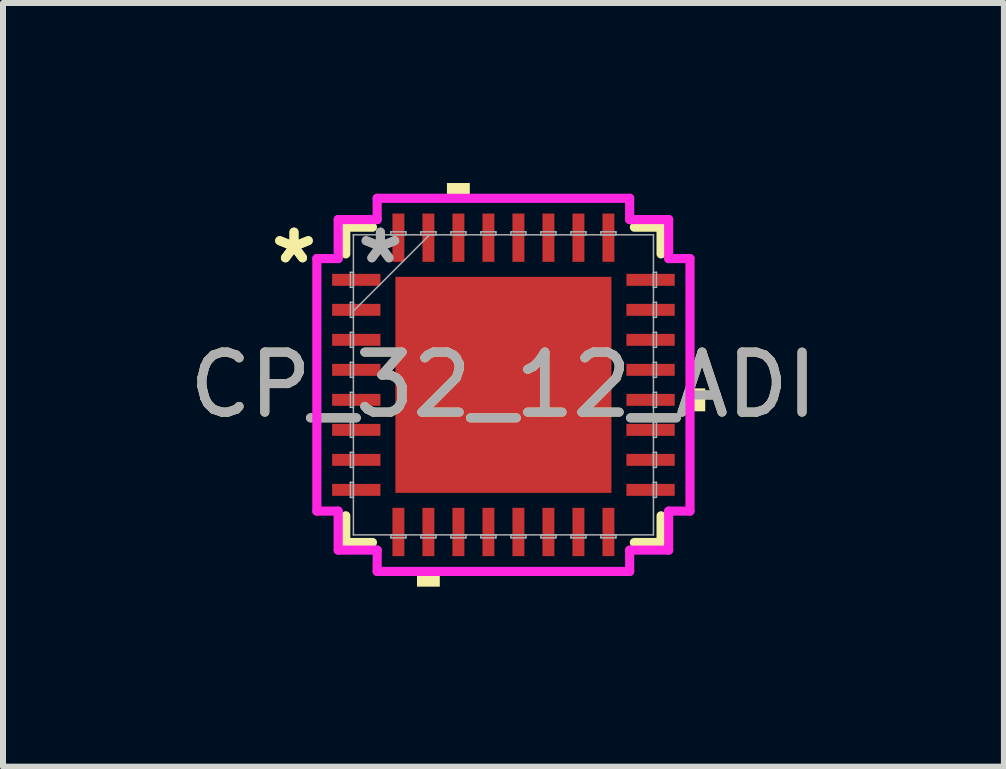
<source format=kicad_pcb>
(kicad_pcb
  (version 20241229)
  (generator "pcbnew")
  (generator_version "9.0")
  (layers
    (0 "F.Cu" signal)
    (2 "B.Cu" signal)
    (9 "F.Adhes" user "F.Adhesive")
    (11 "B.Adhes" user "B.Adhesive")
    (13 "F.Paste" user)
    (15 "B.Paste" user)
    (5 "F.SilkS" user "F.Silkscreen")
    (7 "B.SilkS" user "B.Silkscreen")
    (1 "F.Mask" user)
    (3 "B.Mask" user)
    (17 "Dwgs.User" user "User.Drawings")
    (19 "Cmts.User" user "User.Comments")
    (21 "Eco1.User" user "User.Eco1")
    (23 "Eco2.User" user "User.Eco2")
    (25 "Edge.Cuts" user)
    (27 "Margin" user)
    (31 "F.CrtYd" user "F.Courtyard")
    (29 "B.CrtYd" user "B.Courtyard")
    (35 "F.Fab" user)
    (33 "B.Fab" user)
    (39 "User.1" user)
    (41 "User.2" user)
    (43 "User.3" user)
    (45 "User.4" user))
  (footprint "CP_32_12_ADI"
    (layer "F.Cu")
    (at 5.339 3.363)
    (property "Reference" "CP_32_12_ADI" (at 0 0 0) (unlocked yes) (layer "F.SilkS") (effects (font (size 1 1) (thickness 0.15))))
    (attr smd)
    (fp_line (start -2.627 -2.627) (end -2.627 -2.182) (stroke (width 0.152) (type solid)) (layer "F.SilkS"))
    (fp_line (start -2.627 2.182) (end -2.627 2.627) (stroke (width 0.152) (type solid)) (layer "F.SilkS"))
    (fp_line (start -2.627 2.627) (end -2.182 2.627) (stroke (width 0.152) (type solid)) (layer "F.SilkS"))
    (fp_line (start -2.182 -2.627) (end -2.627 -2.627) (stroke (width 0.152) (type solid)) (layer "F.SilkS"))
    (fp_line (start 2.182 2.627) (end 2.627 2.627) (stroke (width 0.152) (type solid)) (layer "F.SilkS"))
    (fp_line (start 2.627 -2.627) (end 2.182 -2.627) (stroke (width 0.152) (type solid)) (layer "F.SilkS"))
    (fp_line (start 2.627 -2.182) (end 2.627 -2.627) (stroke (width 0.152) (type solid)) (layer "F.SilkS"))
    (fp_line (start 2.627 2.627) (end 2.627 2.182) (stroke (width 0.152) (type solid)) (layer "F.SilkS"))
    (fp_poly (pts (xy -1.44 3.109) (xy -1.44 3.363) (xy -1.06 3.363) (xy -1.06 3.109)) (stroke (width 0) (type solid)) (fill yes) (layer "F.SilkS"))
    (fp_poly (pts (xy -0.941 -3.109) (xy -0.941 -3.363) (xy -0.56 -3.363) (xy -0.56 -3.109)) (stroke (width 0) (type solid)) (fill yes) (layer "F.SilkS"))
    (fp_poly (pts (xy 3.363 0.059) (xy 3.363 0.441) (xy 3.109 0.441) (xy 3.109 0.059)) (stroke (width 0) (type solid)) (fill yes) (layer "F.SilkS"))
    (fp_poly (pts (xy -1.7 -1.7) (xy -1.7 -0.1) (xy -0.1 -0.1) (xy -0.1 -1.7)) (stroke (width 0) (type solid)) (fill yes) (layer "F.Paste"))
    (fp_poly (pts (xy -1.7 0.1) (xy -1.7 1.7) (xy -0.1 1.7) (xy -0.1 0.1)) (stroke (width 0) (type solid)) (fill yes) (layer "F.Paste"))
    (fp_poly (pts (xy 0.1 -1.7) (xy 0.1 -0.1) (xy 1.7 -0.1) (xy 1.7 -1.7)) (stroke (width 0) (type solid)) (fill yes) (layer "F.Paste"))
    (fp_poly (pts (xy 0.1 0.1) (xy 0.1 1.7) (xy 1.7 1.7) (xy 1.7 0.1)) (stroke (width 0) (type solid)) (fill yes) (layer "F.Paste"))
    (fp_line (start -3.109 -2.104) (end -2.754 -2.104) (stroke (width 0.152) (type solid)) (layer "F.CrtYd"))
    (fp_line (start -3.109 2.104) (end -3.109 -2.104) (stroke (width 0.152) (type solid)) (layer "F.CrtYd"))
    (fp_line (start -2.754 -2.754) (end -2.104 -2.754) (stroke (width 0.152) (type solid)) (layer "F.CrtYd"))
    (fp_line (start -2.754 -2.104) (end -2.754 -2.754) (stroke (width 0.152) (type solid)) (layer "F.CrtYd"))
    (fp_line (start -2.754 2.104) (end -3.109 2.104) (stroke (width 0.152) (type solid)) (layer "F.CrtYd"))
    (fp_line (start -2.754 2.754) (end -2.754 2.104) (stroke (width 0.152) (type solid)) (layer "F.CrtYd"))
    (fp_line (start -2.104 -3.109) (end 2.104 -3.109) (stroke (width 0.152) (type solid)) (layer "F.CrtYd"))
    (fp_line (start -2.104 -2.754) (end -2.104 -3.109) (stroke (width 0.152) (type solid)) (layer "F.CrtYd"))
    (fp_line (start -2.104 2.754) (end -2.754 2.754) (stroke (width 0.152) (type solid)) (layer "F.CrtYd"))
    (fp_line (start -2.104 3.109) (end -2.104 2.754) (stroke (width 0.152) (type solid)) (layer "F.CrtYd"))
    (fp_line (start 2.104 -3.109) (end 2.104 -2.754) (stroke (width 0.152) (type solid)) (layer "F.CrtYd"))
    (fp_line (start 2.104 -2.754) (end 2.754 -2.754) (stroke (width 0.152) (type solid)) (layer "F.CrtYd"))
    (fp_line (start 2.104 2.754) (end 2.104 3.109) (stroke (width 0.152) (type solid)) (layer "F.CrtYd"))
    (fp_line (start 2.104 3.109) (end -2.104 3.109) (stroke (width 0.152) (type solid)) (layer "F.CrtYd"))
    (fp_line (start 2.754 -2.754) (end 2.754 -2.104) (stroke (width 0.152) (type solid)) (layer "F.CrtYd"))
    (fp_line (start 2.754 -2.104) (end 3.109 -2.104) (stroke (width 0.152) (type solid)) (layer "F.CrtYd"))
    (fp_line (start 2.754 2.104) (end 2.754 2.754) (stroke (width 0.152) (type solid)) (layer "F.CrtYd"))
    (fp_line (start 2.754 2.754) (end 2.104 2.754) (stroke (width 0.152) (type solid)) (layer "F.CrtYd"))
    (fp_line (start 3.109 -2.104) (end 3.109 2.104) (stroke (width 0.152) (type solid)) (layer "F.CrtYd"))
    (fp_line (start 3.109 2.104) (end 2.754 2.104) (stroke (width 0.152) (type solid)) (layer "F.CrtYd"))
    (fp_line (start -2.55 -1.875) (end -2.55 -1.625) (stroke (width 0.025) (type solid)) (layer "F.Fab"))
    (fp_line (start -2.55 -1.625) (end -2.5 -1.625) (stroke (width 0.025) (type solid)) (layer "F.Fab"))
    (fp_line (start -2.55 -1.375) (end -2.55 -1.125) (stroke (width 0.025) (type solid)) (layer "F.Fab"))
    (fp_line (start -2.55 -1.125) (end -2.5 -1.125) (stroke (width 0.025) (type solid)) (layer "F.Fab"))
    (fp_line (start -2.55 -0.875) (end -2.55 -0.625) (stroke (width 0.025) (type solid)) (layer "F.Fab"))
    (fp_line (start -2.55 -0.625) (end -2.5 -0.625) (stroke (width 0.025) (type solid)) (layer "F.Fab"))
    (fp_line (start -2.55 -0.375) (end -2.55 -0.125) (stroke (width 0.025) (type solid)) (layer "F.Fab"))
    (fp_line (start -2.55 -0.125) (end -2.5 -0.125) (stroke (width 0.025) (type solid)) (layer "F.Fab"))
    (fp_line (start -2.55 0.125) (end -2.55 0.375) (stroke (width 0.025) (type solid)) (layer "F.Fab"))
    (fp_line (start -2.55 0.375) (end -2.5 0.375) (stroke (width 0.025) (type solid)) (layer "F.Fab"))
    (fp_line (start -2.55 0.625) (end -2.55 0.875) (stroke (width 0.025) (type solid)) (layer "F.Fab"))
    (fp_line (start -2.55 0.875) (end -2.5 0.875) (stroke (width 0.025) (type solid)) (layer "F.Fab"))
    (fp_line (start -2.55 1.125) (end -2.55 1.375) (stroke (width 0.025) (type solid)) (layer "F.Fab"))
    (fp_line (start -2.55 1.375) (end -2.5 1.375) (stroke (width 0.025) (type solid)) (layer "F.Fab"))
    (fp_line (start -2.55 1.625) (end -2.55 1.875) (stroke (width 0.025) (type solid)) (layer "F.Fab"))
    (fp_line (start -2.55 1.875) (end -2.5 1.875) (stroke (width 0.025) (type solid)) (layer "F.Fab"))
    (fp_line (start -2.5 -2.5) (end -2.5 -2.5) (stroke (width 0.025) (type solid)) (layer "F.Fab"))
    (fp_line (start -2.5 -2.5) (end -2.5 2.5) (stroke (width 0.025) (type solid)) (layer "F.Fab"))
    (fp_line (start -2.5 -1.875) (end -2.55 -1.875) (stroke (width 0.025) (type solid)) (layer "F.Fab"))
    (fp_line (start -2.5 -1.625) (end -2.5 -1.875) (stroke (width 0.025) (type solid)) (layer "F.Fab"))
    (fp_line (start -2.5 -1.375) (end -2.55 -1.375) (stroke (width 0.025) (type solid)) (layer "F.Fab"))
    (fp_line (start -2.5 -1.23) (end -1.23 -2.5) (stroke (width 0.025) (type solid)) (layer "F.Fab"))
    (fp_line (start -2.5 -1.125) (end -2.5 -1.375) (stroke (width 0.025) (type solid)) (layer "F.Fab"))
    (fp_line (start -2.5 -0.875) (end -2.55 -0.875) (stroke (width 0.025) (type solid)) (layer "F.Fab"))
    (fp_line (start -2.5 -0.625) (end -2.5 -0.875) (stroke (width 0.025) (type solid)) (layer "F.Fab"))
    (fp_line (start -2.5 -0.375) (end -2.55 -0.375) (stroke (width 0.025) (type solid)) (layer "F.Fab"))
    (fp_line (start -2.5 -0.125) (end -2.5 -0.375) (stroke (width 0.025) (type solid)) (layer "F.Fab"))
    (fp_line (start -2.5 0.125) (end -2.55 0.125) (stroke (width 0.025) (type solid)) (layer "F.Fab"))
    (fp_line (start -2.5 0.375) (end -2.5 0.125) (stroke (width 0.025) (type solid)) (layer "F.Fab"))
    (fp_line (start -2.5 0.625) (end -2.55 0.625) (stroke (width 0.025) (type solid)) (layer "F.Fab"))
    (fp_line (start -2.5 0.875) (end -2.5 0.625) (stroke (width 0.025) (type solid)) (layer "F.Fab"))
    (fp_line (start -2.5 1.125) (end -2.55 1.125) (stroke (width 0.025) (type solid)) (layer "F.Fab"))
    (fp_line (start -2.5 1.375) (end -2.5 1.125) (stroke (width 0.025) (type solid)) (layer "F.Fab"))
    (fp_line (start -2.5 1.625) (end -2.55 1.625) (stroke (width 0.025) (type solid)) (layer "F.Fab"))
    (fp_line (start -2.5 1.875) (end -2.5 1.625) (stroke (width 0.025) (type solid)) (layer "F.Fab"))
    (fp_line (start -2.5 2.5) (end -2.5 2.5) (stroke (width 0.025) (type solid)) (layer "F.Fab"))
    (fp_line (start -2.5 2.5) (end 2.5 2.5) (stroke (width 0.025) (type solid)) (layer "F.Fab"))
    (fp_line (start -1.875 -2.55) (end -1.875 -2.5) (stroke (width 0.025) (type solid)) (layer "F.Fab"))
    (fp_line (start -1.875 -2.5) (end -1.625 -2.5) (stroke (width 0.025) (type solid)) (layer "F.Fab"))
    (fp_line (start -1.875 2.5) (end -1.875 2.55) (stroke (width 0.025) (type solid)) (layer "F.Fab"))
    (fp_line (start -1.875 2.55) (end -1.625 2.55) (stroke (width 0.025) (type solid)) (layer "F.Fab"))
    (fp_line (start -1.625 -2.55) (end -1.875 -2.55) (stroke (width 0.025) (type solid)) (layer "F.Fab"))
    (fp_line (start -1.625 -2.5) (end -1.625 -2.55) (stroke (width 0.025) (type solid)) (layer "F.Fab"))
    (fp_line (start -1.625 2.5) (end -1.875 2.5) (stroke (width 0.025) (type solid)) (layer "F.Fab"))
    (fp_line (start -1.625 2.55) (end -1.625 2.5) (stroke (width 0.025) (type solid)) (layer "F.Fab"))
    (fp_line (start -1.375 -2.55) (end -1.375 -2.5) (stroke (width 0.025) (type solid)) (layer "F.Fab"))
    (fp_line (start -1.375 -2.5) (end -1.125 -2.5) (stroke (width 0.025) (type solid)) (layer "F.Fab"))
    (fp_line (start -1.375 2.5) (end -1.375 2.55) (stroke (width 0.025) (type solid)) (layer "F.Fab"))
    (fp_line (start -1.375 2.55) (end -1.125 2.55) (stroke (width 0.025) (type solid)) (layer "F.Fab"))
    (fp_line (start -1.125 -2.55) (end -1.375 -2.55) (stroke (width 0.025) (type solid)) (layer "F.Fab"))
    (fp_line (start -1.125 -2.5) (end -1.125 -2.55) (stroke (width 0.025) (type solid)) (layer "F.Fab"))
    (fp_line (start -1.125 2.5) (end -1.375 2.5) (stroke (width 0.025) (type solid)) (layer "F.Fab"))
    (fp_line (start -1.125 2.55) (end -1.125 2.5) (stroke (width 0.025) (type solid)) (layer "F.Fab"))
    (fp_line (start -0.875 -2.55) (end -0.875 -2.5) (stroke (width 0.025) (type solid)) (layer "F.Fab"))
    (fp_line (start -0.875 -2.5) (end -0.625 -2.5) (stroke (width 0.025) (type solid)) (layer "F.Fab"))
    (fp_line (start -0.875 2.5) (end -0.875 2.55) (stroke (width 0.025) (type solid)) (layer "F.Fab"))
    (fp_line (start -0.875 2.55) (end -0.625 2.55) (stroke (width 0.025) (type solid)) (layer "F.Fab"))
    (fp_line (start -0.625 -2.55) (end -0.875 -2.55) (stroke (width 0.025) (type solid)) (layer "F.Fab"))
    (fp_line (start -0.625 -2.5) (end -0.625 -2.55) (stroke (width 0.025) (type solid)) (layer "F.Fab"))
    (fp_line (start -0.625 2.5) (end -0.875 2.5) (stroke (width 0.025) (type solid)) (layer "F.Fab"))
    (fp_line (start -0.625 2.55) (end -0.625 2.5) (stroke (width 0.025) (type solid)) (layer "F.Fab"))
    (fp_line (start -0.375 -2.55) (end -0.375 -2.5) (stroke (width 0.025) (type solid)) (layer "F.Fab"))
    (fp_line (start -0.375 -2.5) (end -0.125 -2.5) (stroke (width 0.025) (type solid)) (layer "F.Fab"))
    (fp_line (start -0.375 2.5) (end -0.375 2.55) (stroke (width 0.025) (type solid)) (layer "F.Fab"))
    (fp_line (start -0.375 2.55) (end -0.125 2.55) (stroke (width 0.025) (type solid)) (layer "F.Fab"))
    (fp_line (start -0.125 -2.55) (end -0.375 -2.55) (stroke (width 0.025) (type solid)) (layer "F.Fab"))
    (fp_line (start -0.125 -2.5) (end -0.125 -2.55) (stroke (width 0.025) (type solid)) (layer "F.Fab"))
    (fp_line (start -0.125 2.5) (end -0.375 2.5) (stroke (width 0.025) (type solid)) (layer "F.Fab"))
    (fp_line (start -0.125 2.55) (end -0.125 2.5) (stroke (width 0.025) (type solid)) (layer "F.Fab"))
    (fp_line (start 0.125 -2.55) (end 0.125 -2.5) (stroke (width 0.025) (type solid)) (layer "F.Fab"))
    (fp_line (start 0.125 -2.5) (end 0.375 -2.5) (stroke (width 0.025) (type solid)) (layer "F.Fab"))
    (fp_line (start 0.125 2.5) (end 0.125 2.55) (stroke (width 0.025) (type solid)) (layer "F.Fab"))
    (fp_line (start 0.125 2.55) (end 0.375 2.55) (stroke (width 0.025) (type solid)) (layer "F.Fab"))
    (fp_line (start 0.375 -2.55) (end 0.125 -2.55) (stroke (width 0.025) (type solid)) (layer "F.Fab"))
    (fp_line (start 0.375 -2.5) (end 0.375 -2.55) (stroke (width 0.025) (type solid)) (layer "F.Fab"))
    (fp_line (start 0.375 2.5) (end 0.125 2.5) (stroke (width 0.025) (type solid)) (layer "F.Fab"))
    (fp_line (start 0.375 2.55) (end 0.375 2.5) (stroke (width 0.025) (type solid)) (layer "F.Fab"))
    (fp_line (start 0.625 -2.55) (end 0.625 -2.5) (stroke (width 0.025) (type solid)) (layer "F.Fab"))
    (fp_line (start 0.625 -2.5) (end 0.875 -2.5) (stroke (width 0.025) (type solid)) (layer "F.Fab"))
    (fp_line (start 0.625 2.5) (end 0.625 2.55) (stroke (width 0.025) (type solid)) (layer "F.Fab"))
    (fp_line (start 0.625 2.55) (end 0.875 2.55) (stroke (width 0.025) (type solid)) (layer "F.Fab"))
    (fp_line (start 0.875 -2.55) (end 0.625 -2.55) (stroke (width 0.025) (type solid)) (layer "F.Fab"))
    (fp_line (start 0.875 -2.5) (end 0.875 -2.55) (stroke (width 0.025) (type solid)) (layer "F.Fab"))
    (fp_line (start 0.875 2.5) (end 0.625 2.5) (stroke (width 0.025) (type solid)) (layer "F.Fab"))
    (fp_line (start 0.875 2.55) (end 0.875 2.5) (stroke (width 0.025) (type solid)) (layer "F.Fab"))
    (fp_line (start 1.125 -2.55) (end 1.125 -2.5) (stroke (width 0.025) (type solid)) (layer "F.Fab"))
    (fp_line (start 1.125 -2.5) (end 1.375 -2.5) (stroke (width 0.025) (type solid)) (layer "F.Fab"))
    (fp_line (start 1.125 2.5) (end 1.125 2.55) (stroke (width 0.025) (type solid)) (layer "F.Fab"))
    (fp_line (start 1.125 2.55) (end 1.375 2.55) (stroke (width 0.025) (type solid)) (layer "F.Fab"))
    (fp_line (start 1.375 -2.55) (end 1.125 -2.55) (stroke (width 0.025) (type solid)) (layer "F.Fab"))
    (fp_line (start 1.375 -2.5) (end 1.375 -2.55) (stroke (width 0.025) (type solid)) (layer "F.Fab"))
    (fp_line (start 1.375 2.5) (end 1.125 2.5) (stroke (width 0.025) (type solid)) (layer "F.Fab"))
    (fp_line (start 1.375 2.55) (end 1.375 2.5) (stroke (width 0.025) (type solid)) (layer "F.Fab"))
    (fp_line (start 1.625 -2.55) (end 1.625 -2.5) (stroke (width 0.025) (type solid)) (layer "F.Fab"))
    (fp_line (start 1.625 -2.5) (end 1.875 -2.5) (stroke (width 0.025) (type solid)) (layer "F.Fab"))
    (fp_line (start 1.625 2.5) (end 1.625 2.55) (stroke (width 0.025) (type solid)) (layer "F.Fab"))
    (fp_line (start 1.625 2.55) (end 1.875 2.55) (stroke (width 0.025) (type solid)) (layer "F.Fab"))
    (fp_line (start 1.875 -2.55) (end 1.625 -2.55) (stroke (width 0.025) (type solid)) (layer "F.Fab"))
    (fp_line (start 1.875 -2.5) (end 1.875 -2.55) (stroke (width 0.025) (type solid)) (layer "F.Fab"))
    (fp_line (start 1.875 2.5) (end 1.625 2.5) (stroke (width 0.025) (type solid)) (layer "F.Fab"))
    (fp_line (start 1.875 2.55) (end 1.875 2.5) (stroke (width 0.025) (type solid)) (layer "F.Fab"))
    (fp_line (start 2.5 -2.5) (end -2.5 -2.5) (stroke (width 0.025) (type solid)) (layer "F.Fab"))
    (fp_line (start 2.5 -2.5) (end 2.5 -2.5) (stroke (width 0.025) (type solid)) (layer "F.Fab"))
    (fp_line (start 2.5 -1.875) (end 2.5 -1.625) (stroke (width 0.025) (type solid)) (layer "F.Fab"))
    (fp_line (start 2.5 -1.625) (end 2.55 -1.625) (stroke (width 0.025) (type solid)) (layer "F.Fab"))
    (fp_line (start 2.5 -1.375) (end 2.5 -1.125) (stroke (width 0.025) (type solid)) (layer "F.Fab"))
    (fp_line (start 2.5 -1.125) (end 2.55 -1.125) (stroke (width 0.025) (type solid)) (layer "F.Fab"))
    (fp_line (start 2.5 -0.875) (end 2.5 -0.625) (stroke (width 0.025) (type solid)) (layer "F.Fab"))
    (fp_line (start 2.5 -0.625) (end 2.55 -0.625) (stroke (width 0.025) (type solid)) (layer "F.Fab"))
    (fp_line (start 2.5 -0.375) (end 2.5 -0.125) (stroke (width 0.025) (type solid)) (layer "F.Fab"))
    (fp_line (start 2.5 -0.125) (end 2.55 -0.125) (stroke (width 0.025) (type solid)) (layer "F.Fab"))
    (fp_line (start 2.5 0.125) (end 2.5 0.375) (stroke (width 0.025) (type solid)) (layer "F.Fab"))
    (fp_line (start 2.5 0.375) (end 2.55 0.375) (stroke (width 0.025) (type solid)) (layer "F.Fab"))
    (fp_line (start 2.5 0.625) (end 2.5 0.875) (stroke (width 0.025) (type solid)) (layer "F.Fab"))
    (fp_line (start 2.5 0.875) (end 2.55 0.875) (stroke (width 0.025) (type solid)) (layer "F.Fab"))
    (fp_line (start 2.5 1.125) (end 2.5 1.375) (stroke (width 0.025) (type solid)) (layer "F.Fab"))
    (fp_line (start 2.5 1.375) (end 2.55 1.375) (stroke (width 0.025) (type solid)) (layer "F.Fab"))
    (fp_line (start 2.5 1.625) (end 2.5 1.875) (stroke (width 0.025) (type solid)) (layer "F.Fab"))
    (fp_line (start 2.5 1.875) (end 2.55 1.875) (stroke (width 0.025) (type solid)) (layer "F.Fab"))
    (fp_line (start 2.5 2.5) (end 2.5 -2.5) (stroke (width 0.025) (type solid)) (layer "F.Fab"))
    (fp_line (start 2.5 2.5) (end 2.5 2.5) (stroke (width 0.025) (type solid)) (layer "F.Fab"))
    (fp_line (start 2.55 -1.875) (end 2.5 -1.875) (stroke (width 0.025) (type solid)) (layer "F.Fab"))
    (fp_line (start 2.55 -1.625) (end 2.55 -1.875) (stroke (width 0.025) (type solid)) (layer "F.Fab"))
    (fp_line (start 2.55 -1.375) (end 2.5 -1.375) (stroke (width 0.025) (type solid)) (layer "F.Fab"))
    (fp_line (start 2.55 -1.125) (end 2.55 -1.375) (stroke (width 0.025) (type solid)) (layer "F.Fab"))
    (fp_line (start 2.55 -0.875) (end 2.5 -0.875) (stroke (width 0.025) (type solid)) (layer "F.Fab"))
    (fp_line (start 2.55 -0.625) (end 2.55 -0.875) (stroke (width 0.025) (type solid)) (layer "F.Fab"))
    (fp_line (start 2.55 -0.375) (end 2.5 -0.375) (stroke (width 0.025) (type solid)) (layer "F.Fab"))
    (fp_line (start 2.55 -0.125) (end 2.55 -0.375) (stroke (width 0.025) (type solid)) (layer "F.Fab"))
    (fp_line (start 2.55 0.125) (end 2.5 0.125) (stroke (width 0.025) (type solid)) (layer "F.Fab"))
    (fp_line (start 2.55 0.375) (end 2.55 0.125) (stroke (width 0.025) (type solid)) (layer "F.Fab"))
    (fp_line (start 2.55 0.625) (end 2.5 0.625) (stroke (width 0.025) (type solid)) (layer "F.Fab"))
    (fp_line (start 2.55 0.875) (end 2.55 0.625) (stroke (width 0.025) (type solid)) (layer "F.Fab"))
    (fp_line (start 2.55 1.125) (end 2.5 1.125) (stroke (width 0.025) (type solid)) (layer "F.Fab"))
    (fp_line (start 2.55 1.375) (end 2.55 1.125) (stroke (width 0.025) (type solid)) (layer "F.Fab"))
    (fp_line (start 2.55 1.625) (end 2.5 1.625) (stroke (width 0.025) (type solid)) (layer "F.Fab"))
    (fp_line (start 2.55 1.875) (end 2.55 1.625) (stroke (width 0.025) (type solid)) (layer "F.Fab"))
    (fp_text user "*" (at -3.49 -2 0) (unlocked yes) (layer "F.SilkS") (effects (font (size 1 1) (thickness 0.15))))
    (fp_text user "*" (at -3.49 -2 0) (layer "F.SilkS") (effects (font (size 1 1) (thickness 0.15))))
    (fp_text user "*" (at -2.05 -2 0) (layer "F.Fab") (effects (font (size 1 1) (thickness 0.15))))
    (fp_text user "*" (at -2.05 -2 0) (unlocked yes) (layer "F.Fab") (effects (font (size 1 1) (thickness 0.15))))
    (fp_text user "${REFERENCE}" (at 0 0 0) (unlocked yes) (layer "F.Fab") (effects (font (size 1 1) (thickness 0.15))))
    (pad "1" smd rect (at -2.452 -1.75 90) (size 0.199 0.805) (layers "F.Cu" "F.Mask" "F.Paste"))
    (pad "2" smd rect (at -2.452 -1.25 90) (size 0.199 0.805) (layers "F.Cu" "F.Mask" "F.Paste"))
    (pad "3" smd rect (at -2.452 -0.75 90) (size 0.199 0.805) (layers "F.Cu" "F.Mask" "F.Paste"))
    (pad "4" smd rect (at -2.452 -0.25 90) (size 0.199 0.805) (layers "F.Cu" "F.Mask" "F.Paste"))
    (pad "5" smd rect (at -2.452 0.25 90) (size 0.199 0.805) (layers "F.Cu" "F.Mask" "F.Paste"))
    (pad "6" smd rect (at -2.452 0.75 90) (size 0.199 0.805) (layers "F.Cu" "F.Mask" "F.Paste"))
    (pad "7" smd rect (at -2.452 1.25 90) (size 0.199 0.805) (layers "F.Cu" "F.Mask" "F.Paste"))
    (pad "8" smd rect (at -2.452 1.75 90) (size 0.199 0.805) (layers "F.Cu" "F.Mask" "F.Paste"))
    (pad "9" smd rect (at -1.75 2.452) (size 0.199 0.805) (layers "F.Cu" "F.Mask" "F.Paste"))
    (pad "10" smd rect (at -1.25 2.452) (size 0.199 0.805) (layers "F.Cu" "F.Mask" "F.Paste"))
    (pad "11" smd rect (at -0.75 2.452) (size 0.199 0.805) (layers "F.Cu" "F.Mask" "F.Paste"))
    (pad "12" smd rect (at -0.25 2.452) (size 0.199 0.805) (layers "F.Cu" "F.Mask" "F.Paste"))
    (pad "13" smd rect (at 0.25 2.452) (size 0.199 0.805) (layers "F.Cu" "F.Mask" "F.Paste"))
    (pad "14" smd rect (at 0.75 2.452) (size 0.199 0.805) (layers "F.Cu" "F.Mask" "F.Paste"))
    (pad "15" smd rect (at 1.25 2.452) (size 0.199 0.805) (layers "F.Cu" "F.Mask" "F.Paste"))
    (pad "16" smd rect (at 1.75 2.452) (size 0.199 0.805) (layers "F.Cu" "F.Mask" "F.Paste"))
    (pad "17" smd rect (at 2.452 1.75 90) (size 0.199 0.805) (layers "F.Cu" "F.Mask" "F.Paste"))
    (pad "18" smd rect (at 2.452 1.25 90) (size 0.199 0.805) (layers "F.Cu" "F.Mask" "F.Paste"))
    (pad "19" smd rect (at 2.452 0.75 90) (size 0.199 0.805) (layers "F.Cu" "F.Mask" "F.Paste"))
    (pad "20" smd rect (at 2.452 0.25 90) (size 0.199 0.805) (layers "F.Cu" "F.Mask" "F.Paste"))
    (pad "21" smd rect (at 2.452 -0.25 90) (size 0.199 0.805) (layers "F.Cu" "F.Mask" "F.Paste"))
    (pad "22" smd rect (at 2.452 -0.75 90) (size 0.199 0.805) (layers "F.Cu" "F.Mask" "F.Paste"))
    (pad "23" smd rect (at 2.452 -1.25 90) (size 0.199 0.805) (layers "F.Cu" "F.Mask" "F.Paste"))
    (pad "24" smd rect (at 2.452 -1.75 90) (size 0.199 0.805) (layers "F.Cu" "F.Mask" "F.Paste"))
    (pad "25" smd rect (at 1.75 -2.452) (size 0.199 0.805) (layers "F.Cu" "F.Mask" "F.Paste"))
    (pad "26" smd rect (at 1.25 -2.452) (size 0.199 0.805) (layers "F.Cu" "F.Mask" "F.Paste"))
    (pad "27" smd rect (at 0.75 -2.452) (size 0.199 0.805) (layers "F.Cu" "F.Mask" "F.Paste"))
    (pad "28" smd rect (at 0.25 -2.452) (size 0.199 0.805) (layers "F.Cu" "F.Mask" "F.Paste"))
    (pad "29" smd rect (at -0.25 -2.452) (size 0.199 0.805) (layers "F.Cu" "F.Mask" "F.Paste"))
    (pad "30" smd rect (at -0.75 -2.452) (size 0.199 0.805) (layers "F.Cu" "F.Mask" "F.Paste"))
    (pad "31" smd rect (at -1.25 -2.452) (size 0.199 0.805) (layers "F.Cu" "F.Mask" "F.Paste"))
    (pad "32" smd rect (at -1.75 -2.452) (size 0.199 0.805) (layers "F.Cu" "F.Mask" "F.Paste"))
    (pad "33" smd rect (at 0 0) (size 3.6 3.6) (layers "F.Cu" "F.Mask" "F.Paste")))
  (gr_rect
    (start -3 -3)
    (end 13.679 9.726)
    (stroke (width 0.1) (type default))
    (fill no)
    (layer "Edge.Cuts")))
</source>
